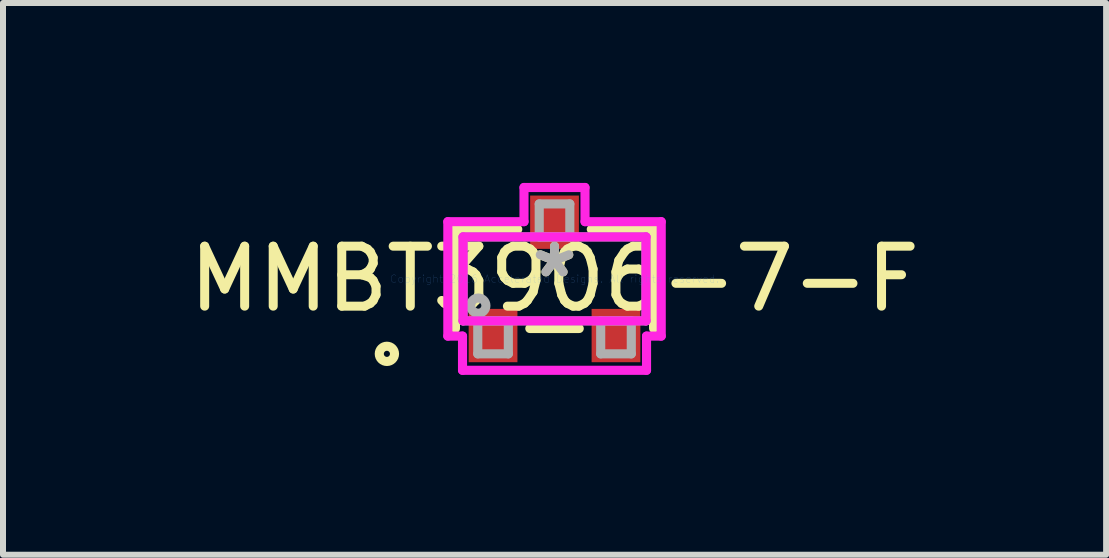
<source format=kicad_pcb>
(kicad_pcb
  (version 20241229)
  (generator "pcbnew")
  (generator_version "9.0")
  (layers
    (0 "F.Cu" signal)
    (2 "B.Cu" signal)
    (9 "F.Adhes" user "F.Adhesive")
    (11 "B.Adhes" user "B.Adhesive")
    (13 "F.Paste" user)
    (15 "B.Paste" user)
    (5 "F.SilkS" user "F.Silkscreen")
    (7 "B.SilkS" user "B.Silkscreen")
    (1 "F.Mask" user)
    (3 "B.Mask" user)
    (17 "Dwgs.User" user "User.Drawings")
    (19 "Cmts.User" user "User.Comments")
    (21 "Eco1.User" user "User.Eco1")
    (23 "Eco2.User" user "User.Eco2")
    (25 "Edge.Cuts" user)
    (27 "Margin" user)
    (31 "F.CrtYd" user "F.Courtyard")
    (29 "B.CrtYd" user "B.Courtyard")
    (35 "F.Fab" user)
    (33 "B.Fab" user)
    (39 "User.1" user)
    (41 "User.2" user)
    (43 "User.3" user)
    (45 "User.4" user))
  (footprint "MMBT3906-7-F"
    (layer "F.Cu")
    (at 6.196 1.6)
    (property "Reference" "MMBT3906-7-F" (at 0 0 0) (layer "F.SilkS") (effects (font (size 1 1) (thickness 0.15))))
    (attr through_hole)
    (fp_line (start -1.652 -0.827) (end -1.652 0.827) (stroke (width 0.152) (type solid)) (layer "F.SilkS"))
    (fp_line (start -0.613 -0.827) (end -1.652 -0.827) (stroke (width 0.152) (type solid)) (layer "F.SilkS"))
    (fp_line (start -0.412 0.827) (end 0.412 0.827) (stroke (width 0.152) (type solid)) (layer "F.SilkS"))
    (fp_line (start 1.652 -0.827) (end 0.613 -0.827) (stroke (width 0.152) (type solid)) (layer "F.SilkS"))
    (fp_line (start 1.652 0.827) (end 1.652 -0.827) (stroke (width 0.152) (type solid)) (layer "F.SilkS"))
    (fp_circle (center -2.795 1.25) (end -2.668 1.25) (stroke (width 0.152) (type solid)) (fill no) (layer "F.SilkS"))
    (fp_line (start -1.779 -0.954) (end -0.509 -0.954) (stroke (width 0.152) (type solid)) (layer "F.CrtYd"))
    (fp_line (start -1.779 0.954) (end -1.779 -0.954) (stroke (width 0.152) (type solid)) (layer "F.CrtYd"))
    (fp_line (start -1.534 0.954) (end -1.779 0.954) (stroke (width 0.152) (type solid)) (layer "F.CrtYd"))
    (fp_line (start -1.534 1.524) (end -1.534 0.954) (stroke (width 0.152) (type solid)) (layer "F.CrtYd"))
    (fp_line (start -1.525 -0.7) (end 1.525 -0.7) (stroke (width 0.152) (type solid)) (layer "F.CrtYd"))
    (fp_line (start -1.525 0.7) (end -1.525 -0.7) (stroke (width 0.152) (type solid)) (layer "F.CrtYd"))
    (fp_line (start -0.509 -1.524) (end 0.508 -1.524) (stroke (width 0.152) (type solid)) (layer "F.CrtYd"))
    (fp_line (start -0.509 -0.954) (end -0.509 -1.524) (stroke (width 0.152) (type solid)) (layer "F.CrtYd"))
    (fp_line (start 0.508 -1.524) (end 0.509 -0.954) (stroke (width 0.152) (type solid)) (layer "F.CrtYd"))
    (fp_line (start 0.509 -0.954) (end 1.779 -0.954) (stroke (width 0.152) (type solid)) (layer "F.CrtYd"))
    (fp_line (start 1.525 -0.7) (end 1.525 0.7) (stroke (width 0.152) (type solid)) (layer "F.CrtYd"))
    (fp_line (start 1.525 0.7) (end -1.525 0.7) (stroke (width 0.152) (type solid)) (layer "F.CrtYd"))
    (fp_line (start 1.534 0.954) (end 1.534 1.524) (stroke (width 0.152) (type solid)) (layer "F.CrtYd"))
    (fp_line (start 1.534 1.524) (end -1.534 1.524) (stroke (width 0.152) (type solid)) (layer "F.CrtYd"))
    (fp_line (start 1.779 -0.954) (end 1.779 0.954) (stroke (width 0.152) (type solid)) (layer "F.CrtYd"))
    (fp_line (start 1.779 0.954) (end 1.534 0.954) (stroke (width 0.152) (type solid)) (layer "F.CrtYd"))
    (fp_line (start -1.525 -0.7) (end -1.525 0.7) (stroke (width 0.152) (type solid)) (layer "F.Fab"))
    (fp_line (start -1.525 0.7) (end 1.525 0.7) (stroke (width 0.152) (type solid)) (layer "F.Fab"))
    (fp_line (start -1.28 0.7) (end -1.28 1.25) (stroke (width 0.152) (type solid)) (layer "F.Fab"))
    (fp_line (start -1.28 1.25) (end -0.77 1.25) (stroke (width 0.152) (type solid)) (layer "F.Fab"))
    (fp_line (start -0.77 0.7) (end -1.28 0.7) (stroke (width 0.152) (type solid)) (layer "F.Fab"))
    (fp_line (start -0.77 1.25) (end -0.77 0.7) (stroke (width 0.152) (type solid)) (layer "F.Fab"))
    (fp_line (start -0.255 -1.25) (end -0.255 -0.7) (stroke (width 0.152) (type solid)) (layer "F.Fab"))
    (fp_line (start -0.255 -0.7) (end 0.255 -0.7) (stroke (width 0.152) (type solid)) (layer "F.Fab"))
    (fp_line (start 0.255 -1.25) (end -0.255 -1.25) (stroke (width 0.152) (type solid)) (layer "F.Fab"))
    (fp_line (start 0.255 -0.7) (end 0.255 -1.25) (stroke (width 0.152) (type solid)) (layer "F.Fab"))
    (fp_line (start 0.77 0.7) (end 0.77 1.25) (stroke (width 0.152) (type solid)) (layer "F.Fab"))
    (fp_line (start 0.77 1.25) (end 1.28 1.25) (stroke (width 0.152) (type solid)) (layer "F.Fab"))
    (fp_line (start 1.28 0.7) (end 0.77 0.7) (stroke (width 0.152) (type solid)) (layer "F.Fab"))
    (fp_line (start 1.28 1.25) (end 1.28 0.7) (stroke (width 0.152) (type solid)) (layer "F.Fab"))
    (fp_line (start 1.525 -0.7) (end -1.525 -0.7) (stroke (width 0.152) (type solid)) (layer "F.Fab"))
    (fp_line (start 1.525 0.7) (end 1.525 -0.7) (stroke (width 0.152) (type solid)) (layer "F.Fab"))
    (fp_circle (center -1.271 0.446) (end -1.144 0.446) (stroke (width 0.152) (type solid)) (fill no) (layer "F.Fab"))
    (fp_text user "*" (at 0 0 0) (layer "F.SilkS") (effects (font (size 1 1) (thickness 0.15))))
    (fp_text user "Copyright 2016 Accelerated Designs. All rights reserved." (at 0 0 0) (layer "Cmts.User") (effects (font (size 0.127 0.127) (thickness 0.002))))
    (fp_text user "*" (at 0 0 0) (layer "F.Fab") (effects (font (size 1 1) (thickness 0.15))))
    (pad "1" smd rect (at -1.025 0.945) (size 0.813 0.889) (layers "F.Cu" "F.Mask" "F.Paste"))
    (pad "2" smd rect (at 1.025 0.945) (size 0.813 0.889) (layers "F.Cu" "F.Mask" "F.Paste"))
    (pad "3" smd rect (at 0 -0.945) (size 0.813 0.889) (layers "F.Cu" "F.Mask" "F.Paste")))
  (gr_rect
    (start -3 -3)
    (end 15.393 6.2)
    (stroke (width 0.1) (type default))
    (fill no)
    (layer "Edge.Cuts")))
</source>
